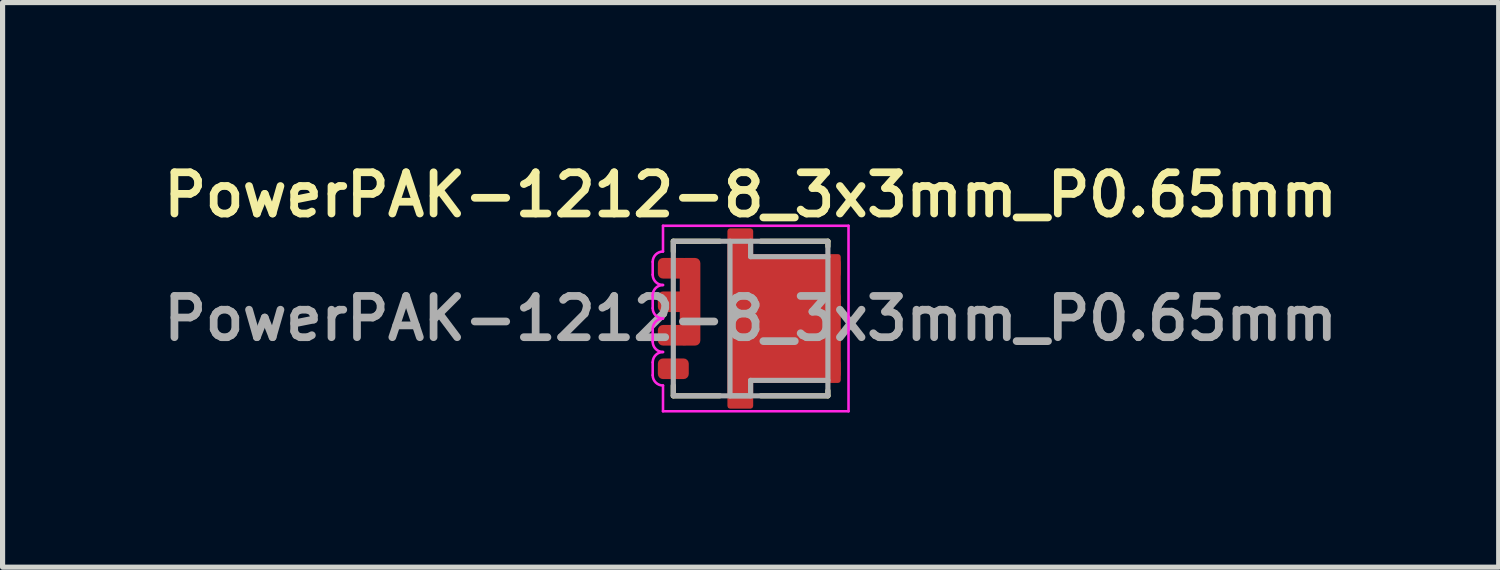
<source format=kicad_pcb>
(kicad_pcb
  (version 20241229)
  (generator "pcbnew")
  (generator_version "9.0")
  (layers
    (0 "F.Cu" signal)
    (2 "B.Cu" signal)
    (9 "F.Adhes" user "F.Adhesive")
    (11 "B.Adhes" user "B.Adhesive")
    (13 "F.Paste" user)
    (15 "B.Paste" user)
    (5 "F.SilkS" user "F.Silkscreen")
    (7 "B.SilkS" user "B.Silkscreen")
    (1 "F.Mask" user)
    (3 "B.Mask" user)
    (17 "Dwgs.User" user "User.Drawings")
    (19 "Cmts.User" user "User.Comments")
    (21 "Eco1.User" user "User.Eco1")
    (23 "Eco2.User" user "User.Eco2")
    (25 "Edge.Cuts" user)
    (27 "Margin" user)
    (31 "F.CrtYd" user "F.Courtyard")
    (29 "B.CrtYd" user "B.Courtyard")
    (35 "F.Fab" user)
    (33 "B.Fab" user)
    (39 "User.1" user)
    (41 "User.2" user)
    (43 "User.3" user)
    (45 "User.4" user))
  (footprint "PowerPAK-1212-8_3x3mm_P0.65mm"
    (layer "F.Cu")
    (at 11.516 3.131)
    (property "Reference" "PowerPAK-1212-8_3x3mm_P0.65mm" (at 0 -2.4 0) (unlocked yes) (layer "F.SilkS") (effects (font (size 0.8 0.8) (thickness 0.15))))
    (attr smd)
    (fp_line (start -1.5 -1.5) (end -0.6 -1.5) (stroke (width 0.1) (type default)) (layer "F.SilkS"))
    (fp_line (start -1.5 -1.3) (end -1.5 -1.5) (stroke (width 0.1) (type default)) (layer "F.SilkS"))
    (fp_line (start -1.5 1.3) (end -1.5 1.5) (stroke (width 0.1) (type default)) (layer "F.SilkS"))
    (fp_line (start -1.5 1.5) (end -0.6 1.5) (stroke (width 0.1) (type default)) (layer "F.SilkS"))
    (fp_line (start 0.2 -1.5) (end 1.5 -1.5) (stroke (width 0.1) (type default)) (layer "F.SilkS"))
    (fp_line (start 0.2 1.5) (end 1.5 1.5) (stroke (width 0.1) (type default)) (layer "F.SilkS"))
    (fp_line (start 1.5 -1.5) (end 1.5 -1.4) (stroke (width 0.1) (type default)) (layer "F.SilkS"))
    (fp_line (start 1.5 1.5) (end 1.5 1.4) (stroke (width 0.1) (type default)) (layer "F.SilkS"))
    (fp_line (start -1.9 -1.1) (end -1.9 -0.85) (stroke (width 0.05) (type default)) (layer "F.CrtYd"))
    (fp_line (start -1.9 -0.45) (end -1.9 -0.2) (stroke (width 0.05) (type default)) (layer "F.CrtYd"))
    (fp_line (start -1.9 0.2) (end -1.9 0.45) (stroke (width 0.05) (type default)) (layer "F.CrtYd"))
    (fp_line (start -1.9 0.85) (end -1.9 1.1) (stroke (width 0.05) (type default)) (layer "F.CrtYd"))
    (fp_line (start -1.7 -1.8) (end -1.7 -1.3) (stroke (width 0.05) (type default)) (layer "F.CrtYd"))
    (fp_line (start -1.7 1.3) (end -1.7 1.8) (stroke (width 0.05) (type default)) (layer "F.CrtYd"))
    (fp_line (start -1.7 1.8) (end 1.9 1.8) (stroke (width 0.05) (type default)) (layer "F.CrtYd"))
    (fp_line (start 1.9 -1.8) (end -1.7 -1.8) (stroke (width 0.05) (type default)) (layer "F.CrtYd"))
    (fp_line (start 1.9 1.8) (end 1.9 -1.8) (stroke (width 0.05) (type default)) (layer "F.CrtYd"))
    (fp_arc (start -1.9 -1.1) (mid -1.841421 -1.241421) (end -1.7 -1.3) (stroke (width 0.05) (type default)) (layer "F.CrtYd"))
    (fp_arc (start -1.9 -0.45) (mid -1.841421 -0.591421) (end -1.7 -0.65) (stroke (width 0.05) (type default)) (layer "F.CrtYd"))
    (fp_arc (start -1.9 0.2) (mid -1.841421 0.058579) (end -1.7 0) (stroke (width 0.05) (type default)) (layer "F.CrtYd"))
    (fp_arc (start -1.9 0.85) (mid -1.841421 0.708579) (end -1.7 0.65) (stroke (width 0.05) (type default)) (layer "F.CrtYd"))
    (fp_arc (start -1.7 -0.65) (mid -1.841421 -0.708579) (end -1.9 -0.85) (stroke (width 0.05) (type default)) (layer "F.CrtYd"))
    (fp_arc (start -1.7 0) (mid -1.841421 -0.058579) (end -1.9 -0.2) (stroke (width 0.05) (type default)) (layer "F.CrtYd"))
    (fp_arc (start -1.7 0.65) (mid -1.841421 0.591421) (end -1.9 0.45) (stroke (width 0.05) (type default)) (layer "F.CrtYd"))
    (fp_arc (start -1.7 1.3) (mid -1.841421 1.241421) (end -1.9 1.1) (stroke (width 0.05) (type default)) (layer "F.CrtYd"))
    (fp_line (start -0.4 -1.5) (end -0.4 1.5) (stroke (width 0.1) (type default)) (layer "F.Fab"))
    (fp_line (start -0.4 1.5) (end 0 1.5) (stroke (width 0.1) (type default)) (layer "F.Fab"))
    (fp_line (start 0 -1.5) (end 0 -1.2) (stroke (width 0.1) (type default)) (layer "F.Fab"))
    (fp_line (start 0 -1.2) (end 1.5 -1.2) (stroke (width 0.1) (type default)) (layer "F.Fab"))
    (fp_line (start 0 1.2) (end 1.5 1.2) (stroke (width 0.1) (type default)) (layer "F.Fab"))
    (fp_line (start 0 1.5) (end 0 1.2) (stroke (width 0.1) (type default)) (layer "F.Fab"))
    (fp_rect (start -1.5 -1.5) (end 1.5 1.5) (stroke (width 0.1) (type default)) (fill no) (layer "F.Fab"))
    (fp_text user "${REFERENCE}" (at 0 0 0) (unlocked yes) (layer "F.Fab") (effects (font (size 0.8 0.8) (thickness 0.15))))
    (pad "" smd roundrect (at -1.175 -0.325) (size 0.4 1.7) (layers "F.Cu" "F.Mask" "F.Paste") (roundrect_rratio 0.25))
    (pad "" smd custom (at 0 0) (size 0.1 0.1) (layers "F.Cu" "F.Mask") (options (anchor rect)) (primitives (gr_poly (pts (xy -0.4 -1.2) (xy -0.4 -1.7) (xy 0 -1.7) (xy 0 -1.2) (xy 1.7 -1.2) (xy 1.7 1.2) (xy 0 1.2) (xy 0 1.7) (xy -0.4 1.7) (xy -0.4 1.2)) (width 0.1) (fill yes))))
    (pad "1" smd roundrect (at -1.5 -0.975) (size 0.6 0.4) (layers "F.Cu" "F.Mask" "F.Paste") (roundrect_rratio 0.25))
    (pad "2" smd roundrect (at -1.5 -0.325) (size 0.6 0.4) (layers "F.Cu" "F.Mask" "F.Paste") (roundrect_rratio 0.25))
    (pad "3" smd roundrect (at -1.5 0.325) (size 0.6 0.4) (layers "F.Cu" "F.Mask" "F.Paste") (roundrect_rratio 0.25))
    (pad "4" smd roundrect (at -1.5 0.975) (size 0.6 0.4) (layers "F.Cu" "F.Mask" "F.Paste") (roundrect_rratio 0.25))
    (pad "5" smd roundrect (at 1.5 0.975) (size 0.5 0.4) (layers "F.Cu" "F.Mask" "F.Paste") (roundrect_rratio 0.25))
    (pad "6" smd roundrect (at 1.5 0.325) (size 0.5 0.4) (layers "F.Cu" "F.Mask" "F.Paste") (roundrect_rratio 0.25))
    (pad "7" smd roundrect (at 1.5 -0.325) (size 0.5 0.4) (layers "F.Cu" "F.Mask" "F.Paste") (roundrect_rratio 0.25))
    (pad "8" smd roundrect (at 1.5 -0.975) (size 0.5 0.4) (layers "F.Cu" "F.Mask" "F.Paste") (roundrect_rratio 0.25)))
  (gr_rect
    (start -3 -3)
    (end 26.033 7.956)
    (stroke (width 0.1) (type default))
    (fill no)
    (layer "Edge.Cuts")))
</source>
